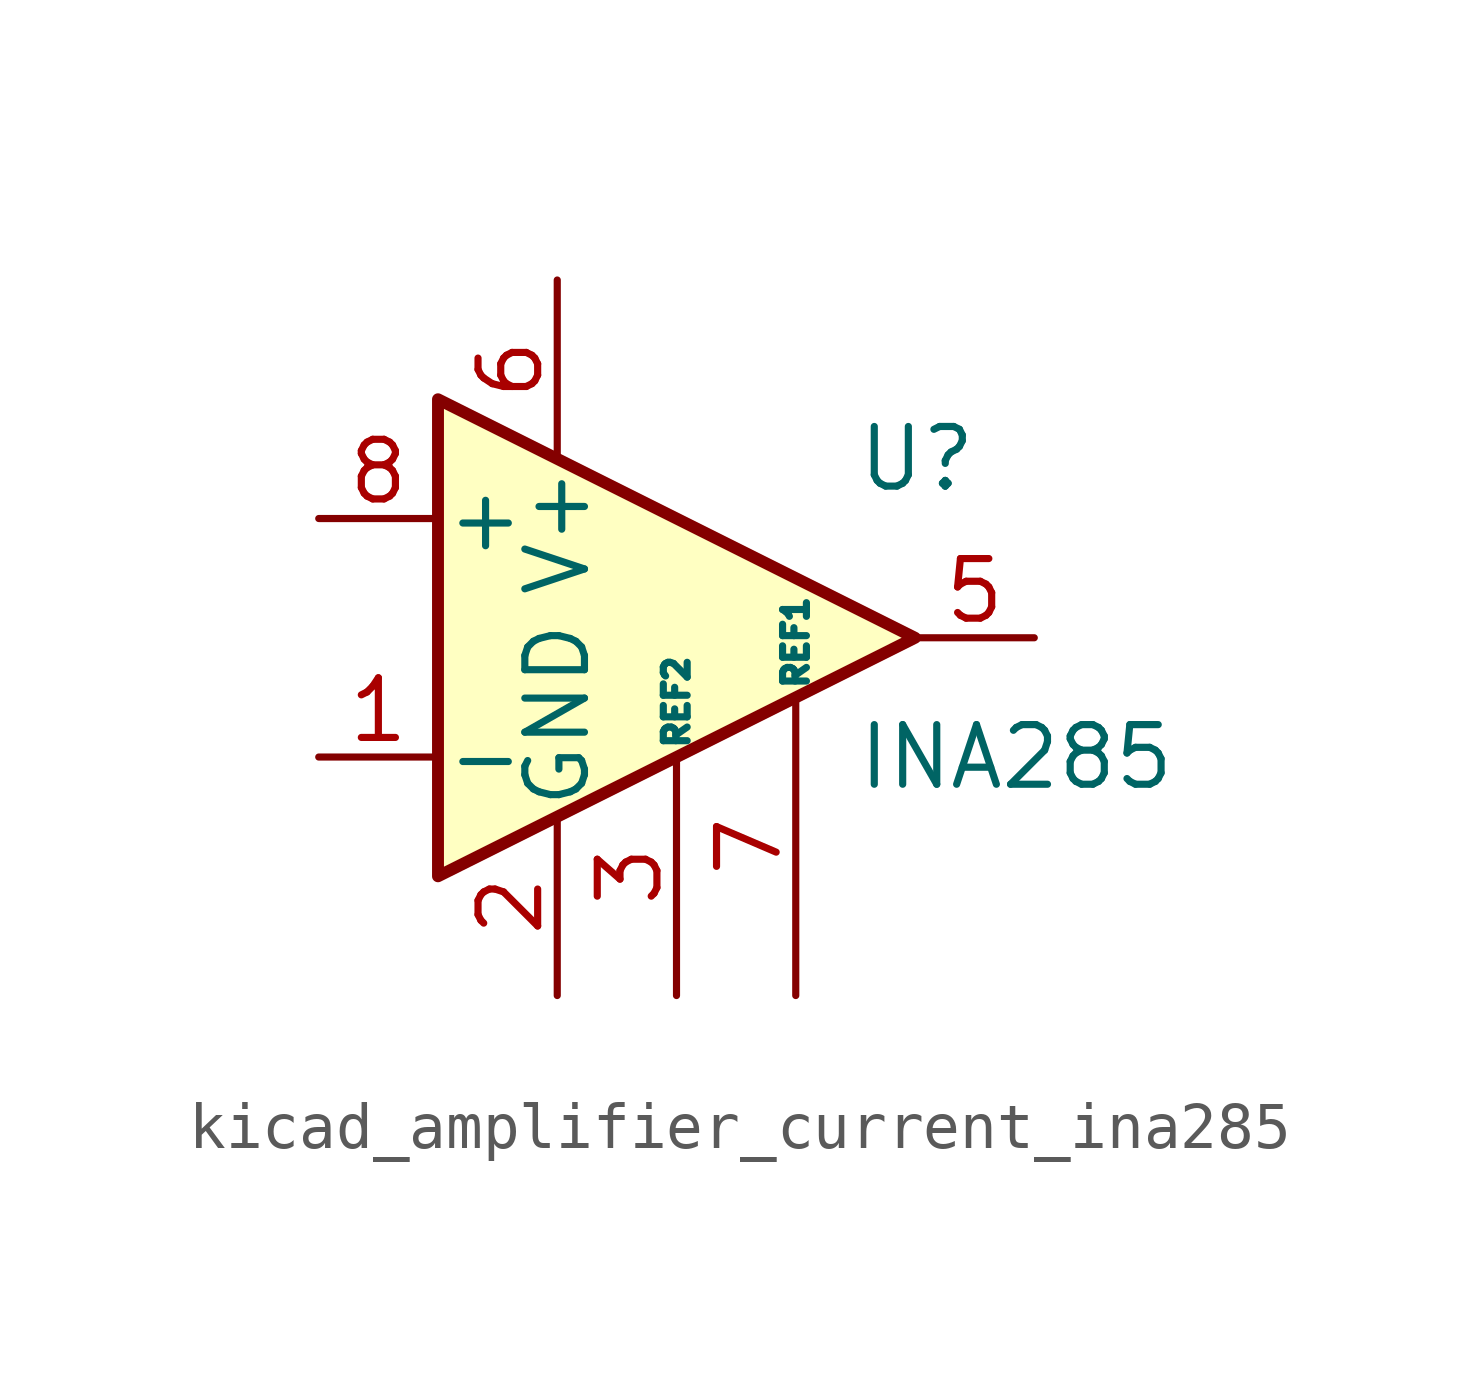
<source format=kicad_sym>
(kicad_symbol_lib
  (version 20220914)
  (generator kicad_symbol_editor)
  (symbol "kicad_amplifier_current_ina285"
    (pin_names
      (offset 0.127))
    (property "Reference" "U"
      (at 3.81 3.81 0)
      (effects (font (size 1.27 1.27)) (justify left)))
    (property "Value" "INA285"
      (at 3.81 -2.54 0)
      (effects (font (size 1.27 1.27)) (justify left)))
    (symbol "kicad_amplifier_current_ina285_0_1"
      (polyline (pts (xy 5.08 0) (xy -5.08 5.08) (xy -5.08 -5.08) (xy 5.08 0)) (stroke (width 0.254) (type default)) (fill (type background))))
    (symbol "kicad_amplifier_current_ina285_1_1"
      (pin input line (at -7.62 -2.54 0) (length 2.54) (name "-" (effects (font (size 1.27 1.27)))) (number "1" (effects (font (size 1.27 1.27)))))
      (pin power_in line (at -2.54 -7.62 90) (length 3.81) (name "GND" (effects (font (size 1.27 1.27)))) (number "2" (effects (font (size 1.27 1.27)))))
      (pin input line (at 0 -7.62 90) (length 5.08) (name "REF2" (effects (font (size 0.508 0.508)))) (number "3" (effects (font (size 1.27 1.27)))))
      (pin no_connect line (at -5.08 0 0) (length 2.54) hide (name "NC" (effects (font (size 1.27 1.27)))) (number "4" (effects (font (size 1.27 1.27)))))
      (pin output line (at 7.62 0 180) (length 2.54) (name "~" (effects (font (size 1.27 1.27)))) (number "5" (effects (font (size 1.27 1.27)))))
      (pin input line (at -2.54 7.62 270) (length 3.81) (name "V+" (effects (font (size 1.27 1.27)))) (number "6" (effects (font (size 1.27 1.27)))))
      (pin input line (at 2.54 -7.62 90) (length 6.35) (name "REF1" (effects (font (size 0.508 0.508)))) (number "7" (effects (font (size 1.27 1.27)))))
      (pin input line (at -7.62 2.54 0) (length 2.54) (name "+" (effects (font (size 1.27 1.27)))) (number "8" (effects (font (size 1.27 1.27))))))))
</source>
